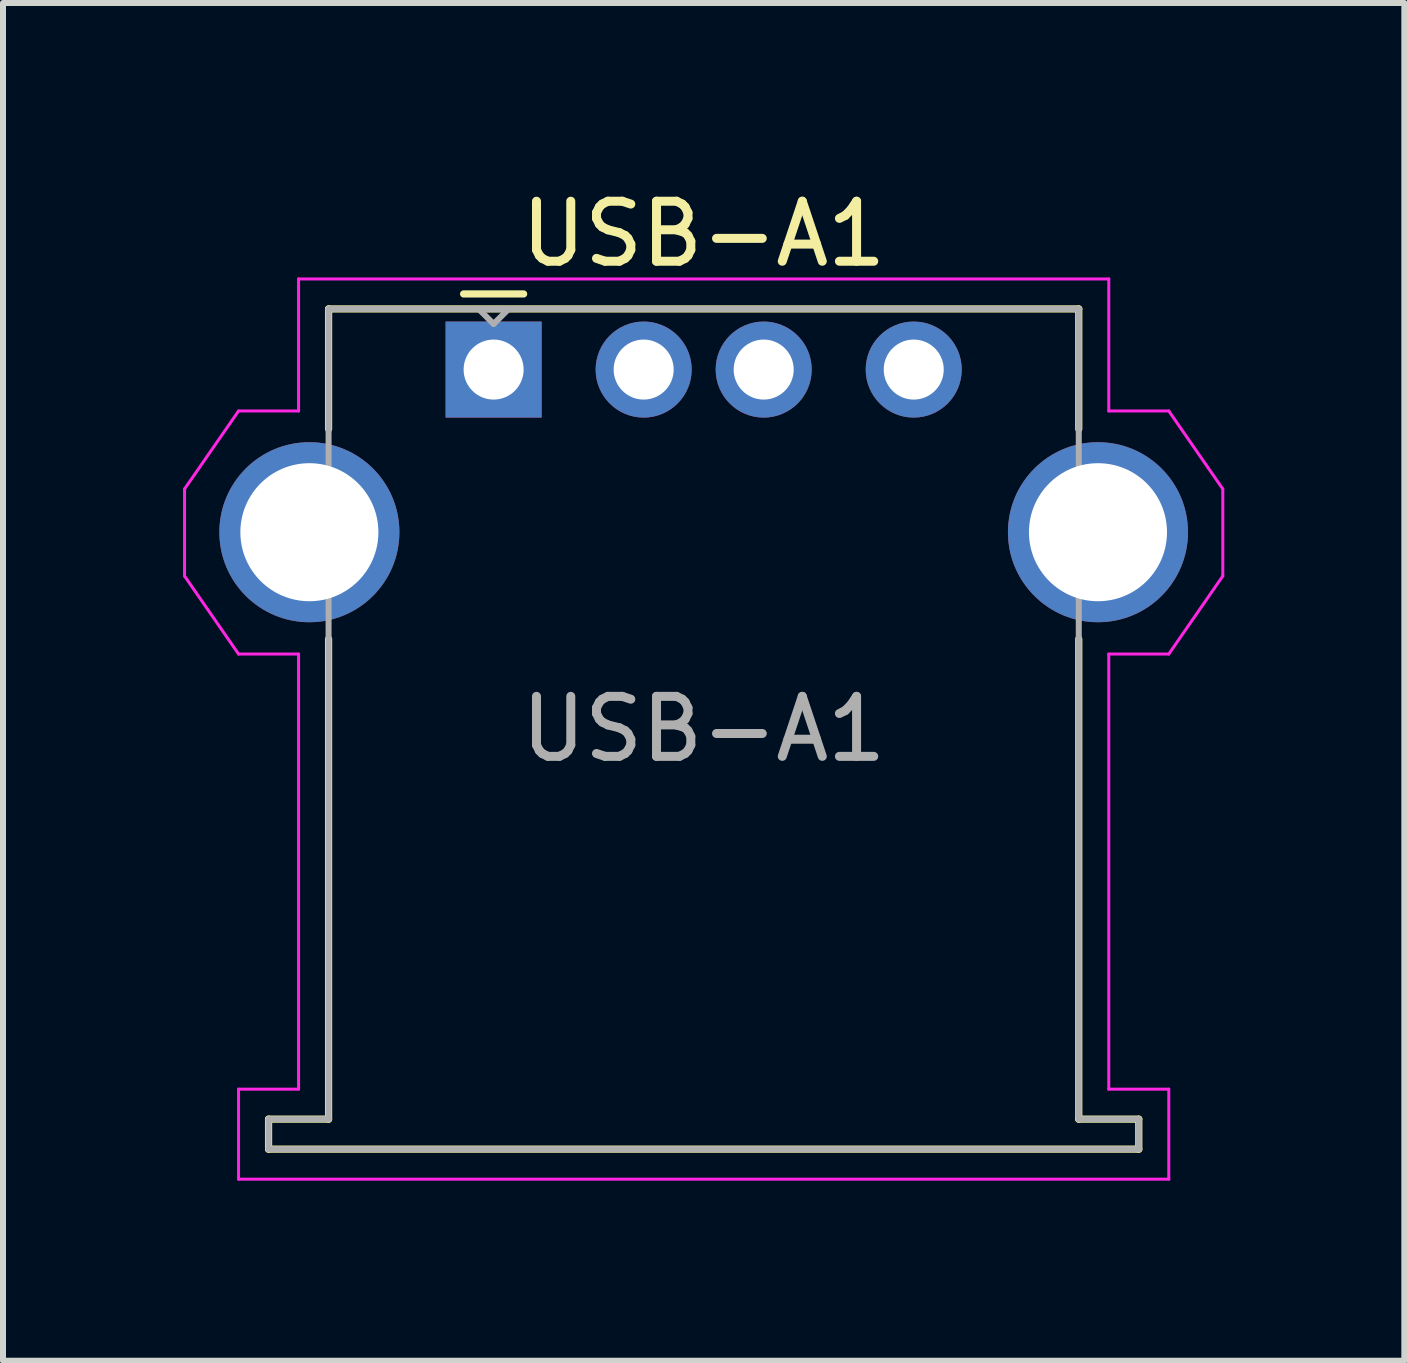
<source format=kicad_pcb>
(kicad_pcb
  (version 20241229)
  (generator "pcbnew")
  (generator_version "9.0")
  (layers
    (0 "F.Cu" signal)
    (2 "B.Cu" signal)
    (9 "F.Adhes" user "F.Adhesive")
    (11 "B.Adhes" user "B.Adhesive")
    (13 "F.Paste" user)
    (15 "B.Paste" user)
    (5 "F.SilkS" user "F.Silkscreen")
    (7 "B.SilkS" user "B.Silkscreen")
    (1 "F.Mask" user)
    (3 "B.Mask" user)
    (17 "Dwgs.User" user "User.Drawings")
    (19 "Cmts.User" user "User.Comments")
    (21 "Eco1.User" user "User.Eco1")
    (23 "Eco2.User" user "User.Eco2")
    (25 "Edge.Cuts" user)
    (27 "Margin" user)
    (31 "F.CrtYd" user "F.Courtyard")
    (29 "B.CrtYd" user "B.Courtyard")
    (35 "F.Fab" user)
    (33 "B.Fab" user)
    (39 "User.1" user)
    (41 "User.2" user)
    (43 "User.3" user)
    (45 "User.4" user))
  (footprint "USB-A1"
    (layer "F.Cu")
    (at 8.675 3.108)
    (property "Reference" "USB-A1" (at 0 -2.26 0) (layer "F.SilkS") (effects (font (size 1 1) (thickness 0.15))))
    (attr through_hole)
    (fp_line (start -7.25 12.49) (end -7.25 12.99) (stroke (width 0.12) (type solid)) (layer "F.SilkS"))
    (fp_line (start -7.25 12.99) (end 7.25 12.99) (stroke (width 0.12) (type solid)) (layer "F.SilkS"))
    (fp_line (start -6.25 -1.01) (end -6.25 0.99) (stroke (width 0.12) (type solid)) (layer "F.SilkS"))
    (fp_line (start -6.25 4.49) (end -6.25 12.49) (stroke (width 0.12) (type solid)) (layer "F.SilkS"))
    (fp_line (start -6.25 12.49) (end -7.25 12.49) (stroke (width 0.12) (type solid)) (layer "F.SilkS"))
    (fp_line (start -4 -1.26) (end -3 -1.26) (stroke (width 0.12) (type solid)) (layer "F.SilkS"))
    (fp_line (start 6.25 -1.01) (end -6.25 -1.01) (stroke (width 0.12) (type solid)) (layer "F.SilkS"))
    (fp_line (start 6.25 0.99) (end 6.25 -1.01) (stroke (width 0.12) (type solid)) (layer "F.SilkS"))
    (fp_line (start 6.25 12.49) (end 6.25 4.49) (stroke (width 0.12) (type solid)) (layer "F.SilkS"))
    (fp_line (start 7.25 12.49) (end 6.25 12.49) (stroke (width 0.12) (type solid)) (layer "F.SilkS"))
    (fp_line (start 7.25 12.99) (end 7.25 12.49) (stroke (width 0.12) (type solid)) (layer "F.SilkS"))
    (fp_line (start -8.65 1.99) (end -7.75 0.69) (stroke (width 0.05) (type solid)) (layer "F.CrtYd"))
    (fp_line (start -8.65 3.44) (end -8.65 1.99) (stroke (width 0.05) (type solid)) (layer "F.CrtYd"))
    (fp_line (start -8.65 3.44) (end -7.75 4.74) (stroke (width 0.05) (type solid)) (layer "F.CrtYd"))
    (fp_line (start -7.75 11.99) (end -7.75 13.49) (stroke (width 0.05) (type solid)) (layer "F.CrtYd"))
    (fp_line (start -7.75 13.49) (end 7.75 13.49) (stroke (width 0.05) (type solid)) (layer "F.CrtYd"))
    (fp_line (start -6.75 0.69) (end -7.75 0.69) (stroke (width 0.05) (type solid)) (layer "F.CrtYd"))
    (fp_line (start -6.75 0.69) (end -6.75 -1.51) (stroke (width 0.05) (type solid)) (layer "F.CrtYd"))
    (fp_line (start -6.75 4.74) (end -7.75 4.74) (stroke (width 0.05) (type solid)) (layer "F.CrtYd"))
    (fp_line (start -6.75 4.74) (end -6.75 11.99) (stroke (width 0.05) (type solid)) (layer "F.CrtYd"))
    (fp_line (start -6.75 11.99) (end -7.75 11.99) (stroke (width 0.05) (type solid)) (layer "F.CrtYd"))
    (fp_line (start 6.75 -1.51) (end -6.75 -1.51) (stroke (width 0.05) (type solid)) (layer "F.CrtYd"))
    (fp_line (start 6.75 0.69) (end 6.75 -1.51) (stroke (width 0.05) (type solid)) (layer "F.CrtYd"))
    (fp_line (start 6.75 0.69) (end 7.75 0.69) (stroke (width 0.05) (type solid)) (layer "F.CrtYd"))
    (fp_line (start 6.75 4.74) (end 7.75 4.74) (stroke (width 0.05) (type solid)) (layer "F.CrtYd"))
    (fp_line (start 6.75 11.99) (end 6.75 4.74) (stroke (width 0.05) (type solid)) (layer "F.CrtYd"))
    (fp_line (start 7.75 11.99) (end 6.75 11.99) (stroke (width 0.05) (type solid)) (layer "F.CrtYd"))
    (fp_line (start 7.75 13.49) (end 7.75 11.99) (stroke (width 0.05) (type solid)) (layer "F.CrtYd"))
    (fp_line (start 8.65 1.99) (end 7.75 0.69) (stroke (width 0.05) (type solid)) (layer "F.CrtYd"))
    (fp_line (start 8.65 1.99) (end 8.65 3.44) (stroke (width 0.05) (type solid)) (layer "F.CrtYd"))
    (fp_line (start 8.65 3.44) (end 7.75 4.74) (stroke (width 0.05) (type solid)) (layer "F.CrtYd"))
    (fp_line (start -7.25 12.49) (end -6.25 12.49) (stroke (width 0.1) (type solid)) (layer "F.Fab"))
    (fp_line (start -7.25 12.99) (end -7.25 12.49) (stroke (width 0.1) (type solid)) (layer "F.Fab"))
    (fp_line (start -7.25 12.99) (end 7.25 12.99) (stroke (width 0.1) (type solid)) (layer "F.Fab"))
    (fp_line (start -6.25 -1.01) (end 6.25 -1.01) (stroke (width 0.1) (type solid)) (layer "F.Fab"))
    (fp_line (start -6.25 12.49) (end -6.25 -1.01) (stroke (width 0.1) (type solid)) (layer "F.Fab"))
    (fp_line (start -3.75 -1.01) (end -3.5 -0.76) (stroke (width 0.1) (type solid)) (layer "F.Fab"))
    (fp_line (start -3.5 -0.76) (end -3.25 -1.01) (stroke (width 0.1) (type solid)) (layer "F.Fab"))
    (fp_line (start 6.25 12.49) (end 6.25 -1.01) (stroke (width 0.1) (type solid)) (layer "F.Fab"))
    (fp_line (start 6.25 12.49) (end 7.25 12.49) (stroke (width 0.1) (type solid)) (layer "F.Fab"))
    (fp_line (start 7.25 12.49) (end 7.25 12.99) (stroke (width 0.1) (type solid)) (layer "F.Fab"))
    (fp_text user "${REFERENCE}" (at 0 5.99 0) (layer "F.Fab") (effects (font (size 1 1) (thickness 0.15))))
    (pad "1" thru_hole rect (at -3.5 0) (size 1.6 1.6) (drill 1) (layers "*.Cu" "*.Mask"))
    (pad "2" thru_hole circle (at -1 0) (size 1.6 1.6) (drill 1) (layers "*.Cu" "*.Mask"))
    (pad "3" thru_hole circle (at 1 0) (size 1.6 1.6) (drill 1) (layers "*.Cu" "*.Mask"))
    (pad "4" thru_hole circle (at 3.5 0) (size 1.6 1.6) (drill 1) (layers "*.Cu" "*.Mask"))
    (pad "5" thru_hole circle (at -6.57 2.71) (size 3 3) (drill 2.3) (layers "*.Cu" "*.Mask"))
    (pad "5" thru_hole circle (at 6.57 2.71) (size 3 3) (drill 2.3) (layers "*.Cu" "*.Mask")))
  (gr_rect
    (start -3 -3)
    (end 20.35 19.623)
    (stroke (width 0.1) (type default))
    (fill no)
    (layer "Edge.Cuts")))
</source>
